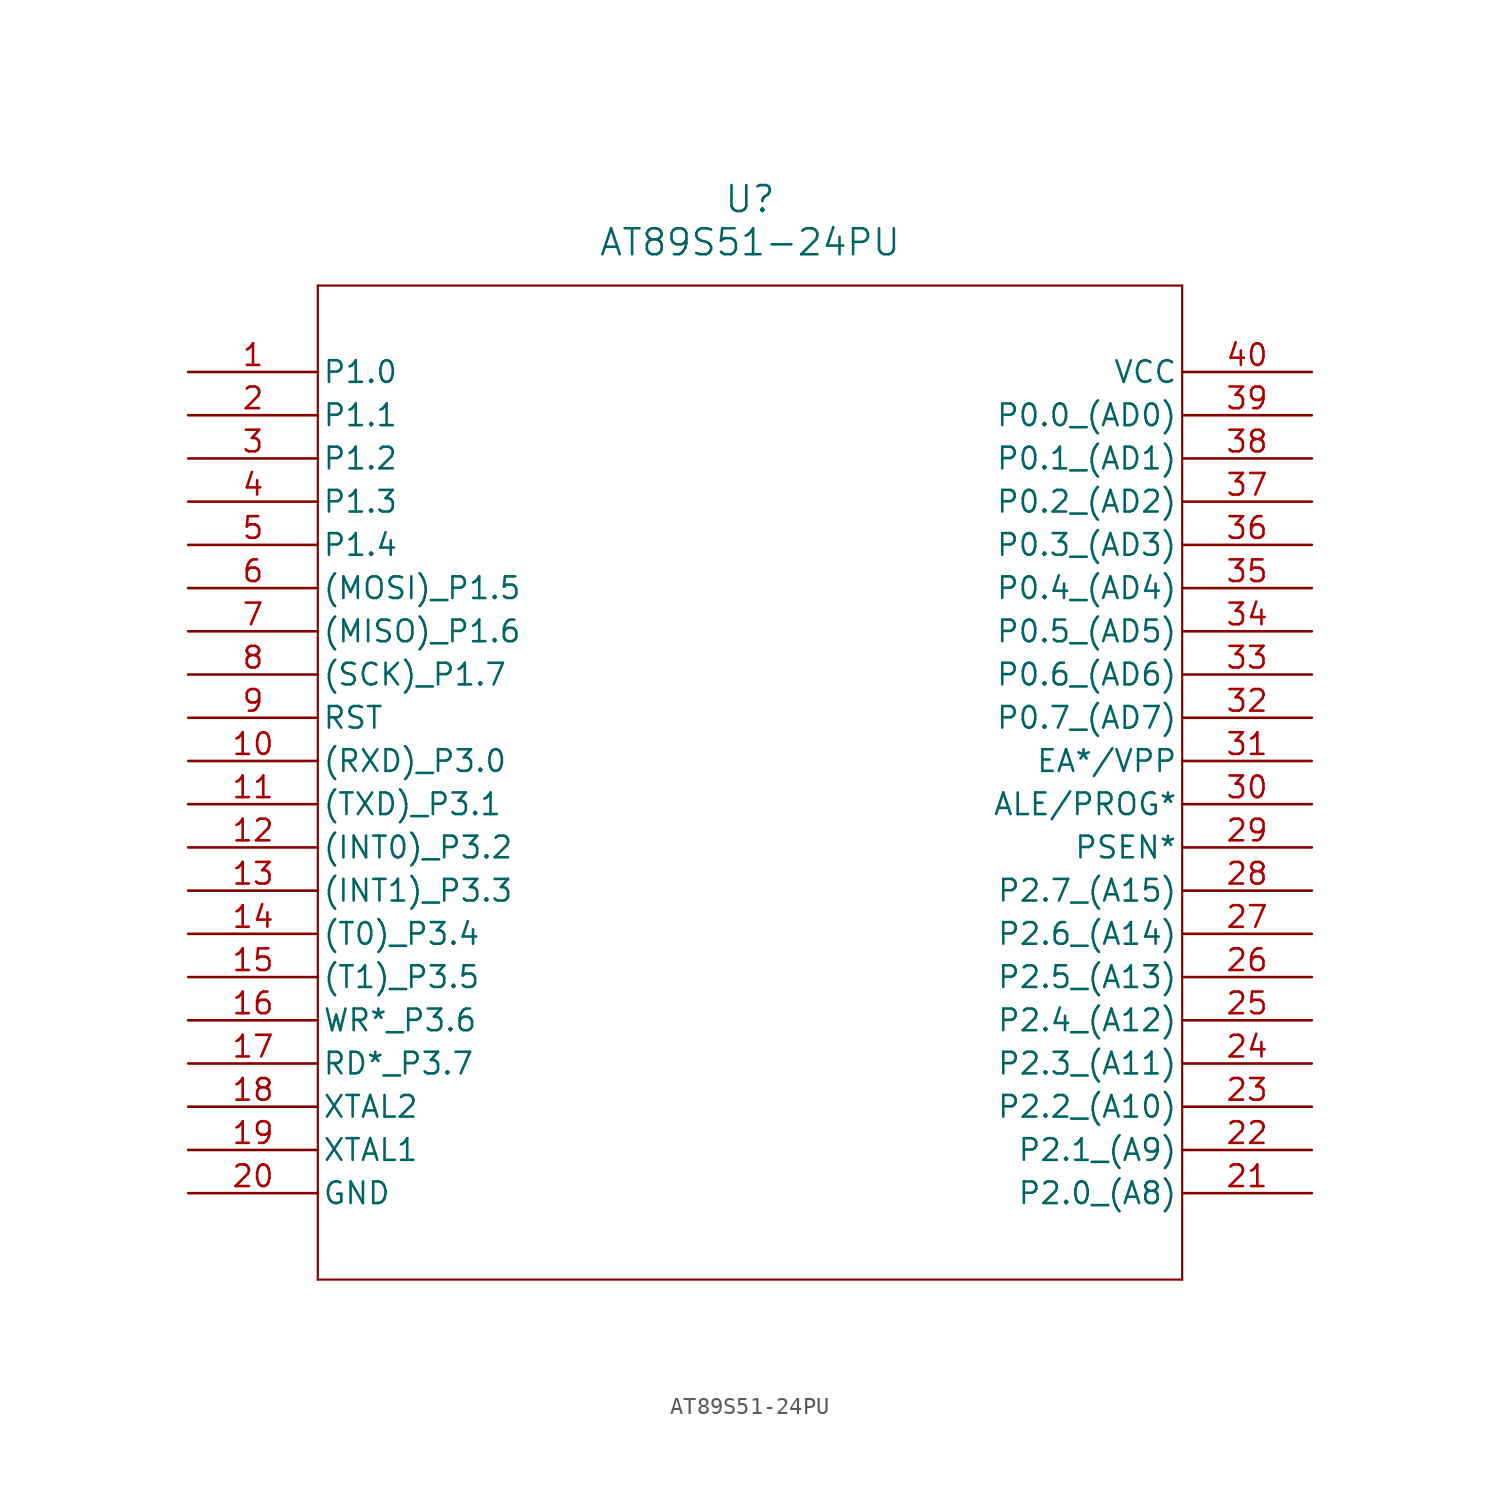
<source format=kicad_sym>
(kicad_symbol_lib
  (version 20211014)
  (generator kicad_symbol_editor)
  (symbol "AT89S51-24PU"
    (pin_names
      (offset 0.254))
    (property "Reference" "U"
      (at 33.02 10.16 0)
      (effects (font (size 1.524 1.524))))
    (property "Value" "AT89S51-24PU"
      (at 33.02 7.62 0)
      (effects (font (size 1.524 1.524))))
    (symbol "AT89S51-24PU_0_1"
      (polyline (pts (xy 7.62 5.08) (xy 7.62 -53.34)) (stroke (width 0.127) (type default) (color 0 0 0 0)) (fill (type none)))
      (polyline (pts (xy 7.62 -53.34) (xy 58.42 -53.34)) (stroke (width 0.127) (type default) (color 0 0 0 0)) (fill (type none)))
      (polyline (pts (xy 58.42 -53.34) (xy 58.42 5.08)) (stroke (width 0.127) (type default) (color 0 0 0 0)) (fill (type none)))
      (polyline (pts (xy 58.42 5.08) (xy 7.62 5.08)) (stroke (width 0.127) (type default) (color 0 0 0 0)) (fill (type none)))
      (pin bidirectional line (at 0 0 0) (length 7.62) (name "P1.0" (effects (font (size 1.27 1.27)))) (number "1" (effects (font (size 1.27 1.27)))))
      (pin bidirectional line (at 0 -2.54 0) (length 7.62) (name "P1.1" (effects (font (size 1.27 1.27)))) (number "2" (effects (font (size 1.27 1.27)))))
      (pin bidirectional line (at 0 -5.08 0) (length 7.62) (name "P1.2" (effects (font (size 1.27 1.27)))) (number "3" (effects (font (size 1.27 1.27)))))
      (pin bidirectional line (at 0 -7.62 0) (length 7.62) (name "P1.3" (effects (font (size 1.27 1.27)))) (number "4" (effects (font (size 1.27 1.27)))))
      (pin bidirectional line (at 0 -10.16 0) (length 7.62) (name "P1.4" (effects (font (size 1.27 1.27)))) (number "5" (effects (font (size 1.27 1.27)))))
      (pin bidirectional line (at 0 -12.7 0) (length 7.62) (name "(MOSI) P1.5" (effects (font (size 1.27 1.27)))) (number "6" (effects (font (size 1.27 1.27)))))
      (pin bidirectional line (at 0 -15.24 0) (length 7.62) (name "(MISO) P1.6" (effects (font (size 1.27 1.27)))) (number "7" (effects (font (size 1.27 1.27)))))
      (pin bidirectional line (at 0 -17.78 0) (length 7.62) (name "(SCK) P1.7" (effects (font (size 1.27 1.27)))) (number "8" (effects (font (size 1.27 1.27)))))
      (pin input line (at 0 -20.32 0) (length 7.62) (name "RST" (effects (font (size 1.27 1.27)))) (number "9" (effects (font (size 1.27 1.27)))))
      (pin bidirectional line (at 0 -22.86 0) (length 7.62) (name "(RXD) P3.0" (effects (font (size 1.27 1.27)))) (number "10" (effects (font (size 1.27 1.27)))))
      (pin bidirectional line (at 0 -25.4 0) (length 7.62) (name "(TXD) P3.1" (effects (font (size 1.27 1.27)))) (number "11" (effects (font (size 1.27 1.27)))))
      (pin bidirectional line (at 0 -27.94 0) (length 7.62) (name "(INT0) P3.2" (effects (font (size 1.27 1.27)))) (number "12" (effects (font (size 1.27 1.27)))))
      (pin bidirectional line (at 0 -30.48 0) (length 7.62) (name "(INT1) P3.3" (effects (font (size 1.27 1.27)))) (number "13" (effects (font (size 1.27 1.27)))))
      (pin bidirectional line (at 0 -33.02 0) (length 7.62) (name "(T0) P3.4" (effects (font (size 1.27 1.27)))) (number "14" (effects (font (size 1.27 1.27)))))
      (pin bidirectional line (at 0 -35.56 0) (length 7.62) (name "(T1) P3.5" (effects (font (size 1.27 1.27)))) (number "15" (effects (font (size 1.27 1.27)))))
      (pin bidirectional line (at 0 -38.1 0) (length 7.62) (name "WR* P3.6" (effects (font (size 1.27 1.27)))) (number "16" (effects (font (size 1.27 1.27)))))
      (pin bidirectional line (at 0 -40.64 0) (length 7.62) (name "RD* P3.7" (effects (font (size 1.27 1.27)))) (number "17" (effects (font (size 1.27 1.27)))))
      (pin output line (at 0 -43.18 0) (length 7.62) (name "XTAL2" (effects (font (size 1.27 1.27)))) (number "18" (effects (font (size 1.27 1.27)))))
      (pin input line (at 0 -45.72 0) (length 7.62) (name "XTAL1" (effects (font (size 1.27 1.27)))) (number "19" (effects (font (size 1.27 1.27)))))
      (pin power_in line (at 0 -48.26 0) (length 7.62) (name "GND" (effects (font (size 1.27 1.27)))) (number "20" (effects (font (size 1.27 1.27)))))
      (pin bidirectional line (at 66.04 -48.26 180) (length 7.62) (name "P2.0 (A8)" (effects (font (size 1.27 1.27)))) (number "21" (effects (font (size 1.27 1.27)))))
      (pin bidirectional line (at 66.04 -45.72 180) (length 7.62) (name "P2.1 (A9)" (effects (font (size 1.27 1.27)))) (number "22" (effects (font (size 1.27 1.27)))))
      (pin bidirectional line (at 66.04 -43.18 180) (length 7.62) (name "P2.2 (A10)" (effects (font (size 1.27 1.27)))) (number "23" (effects (font (size 1.27 1.27)))))
      (pin bidirectional line (at 66.04 -40.64 180) (length 7.62) (name "P2.3 (A11)" (effects (font (size 1.27 1.27)))) (number "24" (effects (font (size 1.27 1.27)))))
      (pin bidirectional line (at 66.04 -38.1 180) (length 7.62) (name "P2.4 (A12)" (effects (font (size 1.27 1.27)))) (number "25" (effects (font (size 1.27 1.27)))))
      (pin bidirectional line (at 66.04 -35.56 180) (length 7.62) (name "P2.5 (A13)" (effects (font (size 1.27 1.27)))) (number "26" (effects (font (size 1.27 1.27)))))
      (pin bidirectional line (at 66.04 -33.02 180) (length 7.62) (name "P2.6 (A14)" (effects (font (size 1.27 1.27)))) (number "27" (effects (font (size 1.27 1.27)))))
      (pin bidirectional line (at 66.04 -30.48 180) (length 7.62) (name "P2.7 (A15)" (effects (font (size 1.27 1.27)))) (number "28" (effects (font (size 1.27 1.27)))))
      (pin output line (at 66.04 -27.94 180) (length 7.62) (name "PSEN*" (effects (font (size 1.27 1.27)))) (number "29" (effects (font (size 1.27 1.27)))))
      (pin output line (at 66.04 -25.4 180) (length 7.62) (name "ALE/PROG*" (effects (font (size 1.27 1.27)))) (number "30" (effects (font (size 1.27 1.27)))))
      (pin power_in line (at 66.04 -22.86 180) (length 7.62) (name "EA*/VPP" (effects (font (size 1.27 1.27)))) (number "31" (effects (font (size 1.27 1.27)))))
      (pin bidirectional line (at 66.04 -20.32 180) (length 7.62) (name "P0.7 (AD7)" (effects (font (size 1.27 1.27)))) (number "32" (effects (font (size 1.27 1.27)))))
      (pin bidirectional line (at 66.04 -17.78 180) (length 7.62) (name "P0.6 (AD6)" (effects (font (size 1.27 1.27)))) (number "33" (effects (font (size 1.27 1.27)))))
      (pin bidirectional line (at 66.04 -15.24 180) (length 7.62) (name "P0.5 (AD5)" (effects (font (size 1.27 1.27)))) (number "34" (effects (font (size 1.27 1.27)))))
      (pin bidirectional line (at 66.04 -12.7 180) (length 7.62) (name "P0.4 (AD4)" (effects (font (size 1.27 1.27)))) (number "35" (effects (font (size 1.27 1.27)))))
      (pin bidirectional line (at 66.04 -10.16 180) (length 7.62) (name "P0.3 (AD3)" (effects (font (size 1.27 1.27)))) (number "36" (effects (font (size 1.27 1.27)))))
      (pin bidirectional line (at 66.04 -7.62 180) (length 7.62) (name "P0.2 (AD2)" (effects (font (size 1.27 1.27)))) (number "37" (effects (font (size 1.27 1.27)))))
      (pin bidirectional line (at 66.04 -5.08 180) (length 7.62) (name "P0.1 (AD1)" (effects (font (size 1.27 1.27)))) (number "38" (effects (font (size 1.27 1.27)))))
      (pin bidirectional line (at 66.04 -2.54 180) (length 7.62) (name "P0.0 (AD0)" (effects (font (size 1.27 1.27)))) (number "39" (effects (font (size 1.27 1.27)))))
      (pin power_in line (at 66.04 0 180) (length 7.62) (name "VCC" (effects (font (size 1.27 1.27)))) (number "40" (effects (font (size 1.27 1.27))))))))
</source>
